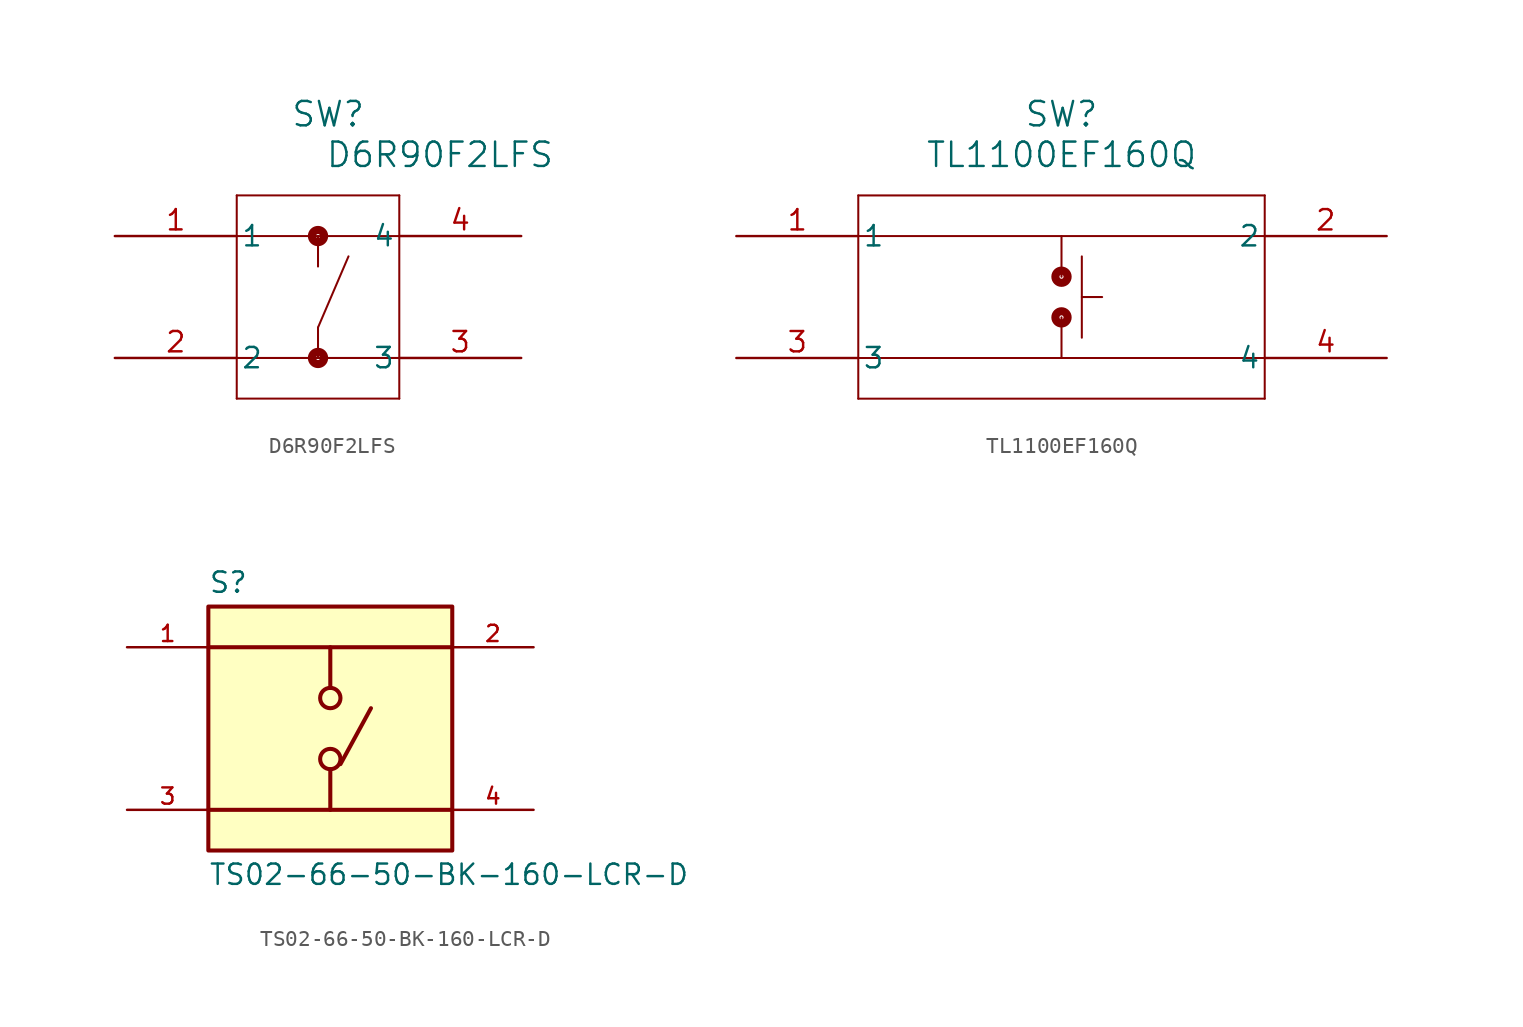
<source format=kicad_sym>
(kicad_symbol_lib
  (version 20231120)
  (generator "kicad_symbol_editor")
  (generator_version "8.0")
  (symbol "D6R90F2LFS"
    (pin_names
      (offset 0.254))
    (property "Reference" "SW"
      (at 13.335 7.62 0)
      (effects (font (size 1.524 1.524))))
    (property "Value" "D6R90F2LFS"
      (at 20.32 5.08 0)
      (effects (font (size 1.524 1.524))))
    (property "ki_locked" ""
      (at 0 0 0)
      (effects (font (size 1.27 1.27))))
    (symbol "D6R90F2LFS_0_1"
      (polyline (pts (xy 7.62 -10.16) (xy 17.78 -10.16)) (stroke (width 0.127) (type default)) (fill (type none)))
      (polyline (pts (xy 7.62 -7.62) (xy 17.78 -7.62)) (stroke (width 0.127) (type default)) (fill (type none)))
      (polyline (pts (xy 7.62 0) (xy 17.78 0)) (stroke (width 0.127) (type default)) (fill (type none)))
      (polyline (pts (xy 7.62 2.54) (xy 7.62 -10.16)) (stroke (width 0.127) (type default)) (fill (type none)))
      (polyline (pts (xy 12.7 -7.62) (xy 12.7 -5.715)) (stroke (width 0.127) (type default)) (fill (type none)))
      (polyline (pts (xy 12.7 -5.715) (xy 14.605 -1.27)) (stroke (width 0.127) (type default)) (fill (type none)))
      (polyline (pts (xy 12.7 0) (xy 12.7 -1.905)) (stroke (width 0.127) (type default)) (fill (type none)))
      (polyline (pts (xy 17.78 -10.16) (xy 17.78 2.54)) (stroke (width 0.127) (type default)) (fill (type none)))
      (polyline (pts (xy 17.78 2.54) (xy 7.62 2.54)) (stroke (width 0.127) (type default)) (fill (type none)))
      (circle (center 12.7 -7.62) (radius 0.127) (stroke (width 0.508) (type default)) (fill (type none)))
      (circle (center 12.7 0) (radius 0.127) (stroke (width 0.508) (type default)) (fill (type none)))
      (pin unspecified line (at 0 0 0) (length 7.62) (name "1" (effects (font (size 1.27 1.27)))) (number "1" (effects (font (size 1.27 1.27)))))
      (pin unspecified line (at 0 -7.62 0) (length 7.62) (name "2" (effects (font (size 1.27 1.27)))) (number "2" (effects (font (size 1.27 1.27)))))
      (pin unspecified line (at 25.4 -7.62 180) (length 7.62) (name "3" (effects (font (size 1.27 1.27)))) (number "3" (effects (font (size 1.27 1.27)))))
      (pin unspecified line (at 25.4 0 180) (length 7.62) (name "4" (effects (font (size 1.27 1.27)))) (number "4" (effects (font (size 1.27 1.27)))))))
  (symbol "TL1100EF160Q"
    (pin_names
      (offset 0.254))
    (property "Reference" "SW"
      (at 20.32 7.62 0)
      (effects (font (size 1.524 1.524))))
    (property "Value" "TL1100EF160Q"
      (at 20.32 5.08 0)
      (effects (font (size 1.524 1.524))))
    (property "ki_locked" ""
      (at 0 0 0)
      (effects (font (size 1.27 1.27))))
    (symbol "TL1100EF160Q_0_1"
      (polyline (pts (xy 7.62 -10.16) (xy 33.02 -10.16)) (stroke (width 0.127) (type default)) (fill (type none)))
      (polyline (pts (xy 7.62 -7.62) (xy 33.02 -7.62)) (stroke (width 0.127) (type default)) (fill (type none)))
      (polyline (pts (xy 7.62 0) (xy 33.02 0)) (stroke (width 0.127) (type default)) (fill (type none)))
      (polyline (pts (xy 7.62 2.54) (xy 7.62 -10.16)) (stroke (width 0.127) (type default)) (fill (type none)))
      (polyline (pts (xy 20.32 -5.08) (xy 20.32 -7.62)) (stroke (width 0.127) (type default)) (fill (type none)))
      (polyline (pts (xy 20.32 0) (xy 20.32 -2.54)) (stroke (width 0.127) (type default)) (fill (type none)))
      (polyline (pts (xy 21.59 -3.81) (xy 22.86 -3.81)) (stroke (width 0.127) (type default)) (fill (type none)))
      (polyline (pts (xy 21.59 -1.27) (xy 21.59 -6.35)) (stroke (width 0.127) (type default)) (fill (type none)))
      (polyline (pts (xy 33.02 -10.16) (xy 33.02 2.54)) (stroke (width 0.127) (type default)) (fill (type none)))
      (polyline (pts (xy 33.02 2.54) (xy 7.62 2.54)) (stroke (width 0.127) (type default)) (fill (type none)))
      (circle (center 20.32 -5.08) (radius 0.127) (stroke (width 0.508) (type default)) (fill (type none)))
      (circle (center 20.32 -2.54) (radius 0.127) (stroke (width 0.508) (type default)) (fill (type none)))
      (pin unspecified line (at 0 0 0) (length 7.62) (name "1" (effects (font (size 1.27 1.27)))) (number "1" (effects (font (size 1.27 1.27)))))
      (pin unspecified line (at 40.64 0 180) (length 7.62) (name "2" (effects (font (size 1.27 1.27)))) (number "2" (effects (font (size 1.27 1.27)))))
      (pin unspecified line (at 0 -7.62 0) (length 7.62) (name "3" (effects (font (size 1.27 1.27)))) (number "3" (effects (font (size 1.27 1.27)))))
      (pin unspecified line (at 40.64 -7.62 180) (length 7.62) (name "4" (effects (font (size 1.27 1.27)))) (number "4" (effects (font (size 1.27 1.27)))))))
  (symbol "TS02-66-50-BK-160-LCR-D"
    (pin_names
      (offset 1.016))
    (property "Reference" "S"
      (at -7.62 8.382 0)
      (effects (font (size 1.27 1.27)) (justify left bottom)))
    (property "Value" "TS02-66-50-BK-160-LCR-D"
      (at -7.62 -8.382 0)
      (effects (font (size 1.27 1.27)) (justify left top)))
    (symbol "TS02-66-50-BK-160-LCR-D_0_0"
      (rectangle (start -7.62 -7.62) (end 7.62 7.62) (stroke (width 0.254) (type default)) (fill (type background)))
      (circle (center 0 -1.905) (radius 0.635) (stroke (width 0.254) (type default)) (fill (type none)))
      (polyline (pts (xy 0 -2.54) (xy 0 -5.08)) (stroke (width 0.254) (type default)) (fill (type none)))
      (polyline (pts (xy 0 5.08) (xy 0 2.54)) (stroke (width 0.254) (type default)) (fill (type none)))
      (polyline (pts (xy 0.635 -2.223) (xy 2.54 1.27)) (stroke (width 0.254) (type default)) (fill (type none)))
      (polyline (pts (xy 7.62 -5.08) (xy -7.62 -5.08)) (stroke (width 0.254) (type default)) (fill (type none)))
      (polyline (pts (xy 7.62 5.08) (xy -7.62 5.08)) (stroke (width 0.254) (type default)) (fill (type none)))
      (circle (center 0 1.905) (radius 0.635) (stroke (width 0.254) (type default)) (fill (type none)))
      (pin passive line (at -12.7 5.08 0) (length 5.08) (name "~" (effects (font (size 1.016 1.016)))) (number "1" (effects (font (size 1.016 1.016)))))
      (pin passive line (at 12.7 5.08 180) (length 5.08) (name "~" (effects (font (size 1.016 1.016)))) (number "2" (effects (font (size 1.016 1.016)))))
      (pin passive line (at -12.7 -5.08 0) (length 5.08) (name "~" (effects (font (size 1.016 1.016)))) (number "3" (effects (font (size 1.016 1.016)))))
      (pin passive line (at 12.7 -5.08 180) (length 5.08) (name "~" (effects (font (size 1.016 1.016)))) (number "4" (effects (font (size 1.016 1.016))))))))
</source>
